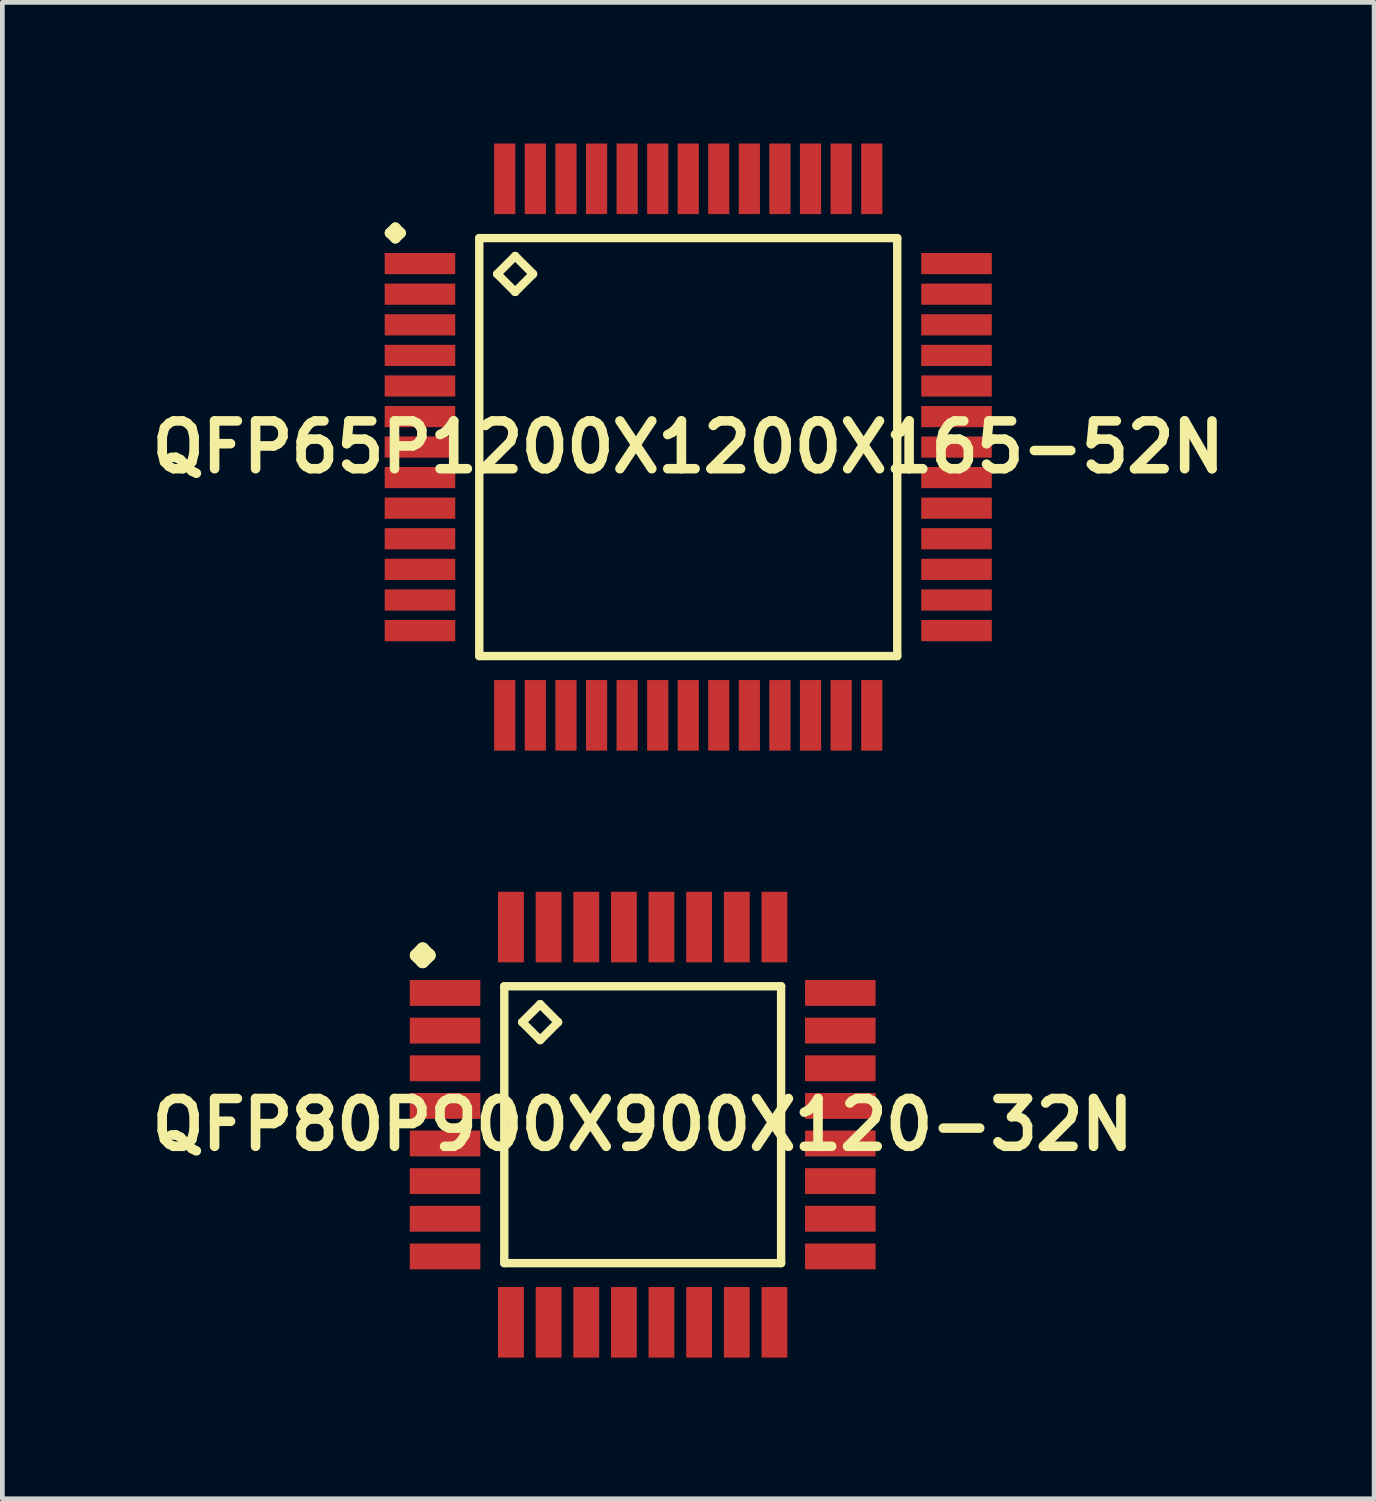
<source format=kicad_pcb>
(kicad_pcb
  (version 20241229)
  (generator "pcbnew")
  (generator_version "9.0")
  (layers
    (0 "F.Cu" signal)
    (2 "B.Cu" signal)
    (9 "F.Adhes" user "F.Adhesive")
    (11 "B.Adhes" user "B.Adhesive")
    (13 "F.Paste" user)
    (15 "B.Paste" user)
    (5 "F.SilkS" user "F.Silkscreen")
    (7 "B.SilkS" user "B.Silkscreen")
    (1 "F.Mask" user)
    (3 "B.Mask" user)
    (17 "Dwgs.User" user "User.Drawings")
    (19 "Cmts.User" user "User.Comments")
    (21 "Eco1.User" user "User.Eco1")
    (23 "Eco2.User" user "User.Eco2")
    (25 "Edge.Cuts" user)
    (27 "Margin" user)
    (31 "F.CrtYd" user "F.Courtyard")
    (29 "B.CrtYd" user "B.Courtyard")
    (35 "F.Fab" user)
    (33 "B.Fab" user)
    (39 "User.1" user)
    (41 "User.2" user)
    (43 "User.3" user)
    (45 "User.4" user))
  (footprint "QFP65P1200X1200X165-52N"
    (layer "F.Cu")
    (at 11.573 6.449)
    (property "Reference" "QFP65P1200X1200X165-52N" (at 0 0 0) (layer "F.SilkS") (effects (font (size 1.016 1.016) (thickness 0.203))))
    (attr smd)
    (fp_line (start -6.337 -4.549) (end -6.223 -4.661) (stroke (width 0.224) (type solid)) (layer "F.SilkS"))
    (fp_line (start -6.223 -4.661) (end -6.111 -4.549) (stroke (width 0.224) (type solid)) (layer "F.SilkS"))
    (fp_line (start -6.223 -4.437) (end -6.337 -4.549) (stroke (width 0.224) (type solid)) (layer "F.SilkS"))
    (fp_line (start -6.111 -4.549) (end -6.223 -4.437) (stroke (width 0.224) (type solid)) (layer "F.SilkS"))
    (fp_line (start -4.44 -4.44) (end -4.44 4.44) (stroke (width 0.178) (type solid)) (layer "F.SilkS"))
    (fp_line (start -4.44 4.44) (end 4.44 4.44) (stroke (width 0.178) (type solid)) (layer "F.SilkS"))
    (fp_line (start -4.059 -3.678) (end -3.678 -4.059) (stroke (width 0.178) (type solid)) (layer "F.SilkS"))
    (fp_line (start -3.678 -4.059) (end -3.297 -3.678) (stroke (width 0.178) (type solid)) (layer "F.SilkS"))
    (fp_line (start -3.678 -3.297) (end -4.059 -3.678) (stroke (width 0.178) (type solid)) (layer "F.SilkS"))
    (fp_line (start -3.297 -3.678) (end -3.678 -3.297) (stroke (width 0.178) (type solid)) (layer "F.SilkS"))
    (fp_line (start 4.44 -4.44) (end -4.44 -4.44) (stroke (width 0.178) (type solid)) (layer "F.SilkS"))
    (fp_line (start 4.44 4.44) (end 4.44 -4.44) (stroke (width 0.178) (type solid)) (layer "F.SilkS"))
    (pad "1" smd rect (at -5.7 -3.899) (size 1.499 0.45) (layers "F.Cu" "F.Mask" "F.Paste"))
    (pad "2" smd rect (at -5.7 -3.249) (size 1.499 0.45) (layers "F.Cu" "F.Mask" "F.Paste"))
    (pad "3" smd rect (at -5.7 -2.598) (size 1.499 0.45) (layers "F.Cu" "F.Mask" "F.Paste"))
    (pad "4" smd rect (at -5.7 -1.948) (size 1.499 0.45) (layers "F.Cu" "F.Mask" "F.Paste"))
    (pad "5" smd rect (at -5.7 -1.298) (size 1.499 0.45) (layers "F.Cu" "F.Mask" "F.Paste"))
    (pad "6" smd rect (at -5.7 -0.648) (size 1.499 0.45) (layers "F.Cu" "F.Mask" "F.Paste"))
    (pad "7" smd rect (at -5.7 0) (size 1.499 0.45) (layers "F.Cu" "F.Mask" "F.Paste"))
    (pad "8" smd rect (at -5.7 0.648) (size 1.499 0.45) (layers "F.Cu" "F.Mask" "F.Paste"))
    (pad "9" smd rect (at -5.7 1.298) (size 1.499 0.45) (layers "F.Cu" "F.Mask" "F.Paste"))
    (pad "10" smd rect (at -5.7 1.948) (size 1.499 0.45) (layers "F.Cu" "F.Mask" "F.Paste"))
    (pad "11" smd rect (at -5.7 2.598) (size 1.499 0.45) (layers "F.Cu" "F.Mask" "F.Paste"))
    (pad "12" smd rect (at -5.7 3.249) (size 1.499 0.45) (layers "F.Cu" "F.Mask" "F.Paste"))
    (pad "13" smd rect (at -5.7 3.899) (size 1.499 0.45) (layers "F.Cu" "F.Mask" "F.Paste"))
    (pad "14" smd rect (at -3.899 5.7) (size 0.45 1.499) (layers "F.Cu" "F.Mask" "F.Paste"))
    (pad "15" smd rect (at -3.249 5.7) (size 0.45 1.499) (layers "F.Cu" "F.Mask" "F.Paste"))
    (pad "16" smd rect (at -2.598 5.7) (size 0.45 1.499) (layers "F.Cu" "F.Mask" "F.Paste"))
    (pad "17" smd rect (at -1.948 5.7) (size 0.45 1.499) (layers "F.Cu" "F.Mask" "F.Paste"))
    (pad "18" smd rect (at -1.298 5.7) (size 0.45 1.499) (layers "F.Cu" "F.Mask" "F.Paste"))
    (pad "19" smd rect (at -0.648 5.7) (size 0.45 1.499) (layers "F.Cu" "F.Mask" "F.Paste"))
    (pad "20" smd rect (at 0 5.7) (size 0.45 1.499) (layers "F.Cu" "F.Mask" "F.Paste"))
    (pad "21" smd rect (at 0.648 5.7) (size 0.45 1.499) (layers "F.Cu" "F.Mask" "F.Paste"))
    (pad "22" smd rect (at 1.298 5.7) (size 0.45 1.499) (layers "F.Cu" "F.Mask" "F.Paste"))
    (pad "23" smd rect (at 1.948 5.7) (size 0.45 1.499) (layers "F.Cu" "F.Mask" "F.Paste"))
    (pad "24" smd rect (at 2.598 5.7) (size 0.45 1.499) (layers "F.Cu" "F.Mask" "F.Paste"))
    (pad "25" smd rect (at 3.249 5.7) (size 0.45 1.499) (layers "F.Cu" "F.Mask" "F.Paste"))
    (pad "26" smd rect (at 3.899 5.7) (size 0.45 1.499) (layers "F.Cu" "F.Mask" "F.Paste"))
    (pad "27" smd rect (at 5.7 3.899) (size 1.499 0.45) (layers "F.Cu" "F.Mask" "F.Paste"))
    (pad "28" smd rect (at 5.7 3.249) (size 1.499 0.45) (layers "F.Cu" "F.Mask" "F.Paste"))
    (pad "29" smd rect (at 5.7 2.598) (size 1.499 0.45) (layers "F.Cu" "F.Mask" "F.Paste"))
    (pad "30" smd rect (at 5.7 1.948) (size 1.499 0.45) (layers "F.Cu" "F.Mask" "F.Paste"))
    (pad "31" smd rect (at 5.7 1.298) (size 1.499 0.45) (layers "F.Cu" "F.Mask" "F.Paste"))
    (pad "32" smd rect (at 5.7 0.648) (size 1.499 0.45) (layers "F.Cu" "F.Mask" "F.Paste"))
    (pad "33" smd rect (at 5.7 0) (size 1.499 0.45) (layers "F.Cu" "F.Mask" "F.Paste"))
    (pad "34" smd rect (at 5.7 -0.648) (size 1.499 0.45) (layers "F.Cu" "F.Mask" "F.Paste"))
    (pad "35" smd rect (at 5.7 -1.298) (size 1.499 0.45) (layers "F.Cu" "F.Mask" "F.Paste"))
    (pad "36" smd rect (at 5.7 -1.948) (size 1.499 0.45) (layers "F.Cu" "F.Mask" "F.Paste"))
    (pad "37" smd rect (at 5.7 -2.598) (size 1.499 0.45) (layers "F.Cu" "F.Mask" "F.Paste"))
    (pad "38" smd rect (at 5.7 -3.249) (size 1.499 0.45) (layers "F.Cu" "F.Mask" "F.Paste"))
    (pad "39" smd rect (at 5.7 -3.899) (size 1.499 0.45) (layers "F.Cu" "F.Mask" "F.Paste"))
    (pad "40" smd rect (at 3.899 -5.7) (size 0.45 1.499) (layers "F.Cu" "F.Mask" "F.Paste"))
    (pad "41" smd rect (at 3.249 -5.7) (size 0.45 1.499) (layers "F.Cu" "F.Mask" "F.Paste"))
    (pad "42" smd rect (at 2.598 -5.7) (size 0.45 1.499) (layers "F.Cu" "F.Mask" "F.Paste"))
    (pad "43" smd rect (at 1.948 -5.7) (size 0.45 1.499) (layers "F.Cu" "F.Mask" "F.Paste"))
    (pad "44" smd rect (at 1.298 -5.7) (size 0.45 1.499) (layers "F.Cu" "F.Mask" "F.Paste"))
    (pad "45" smd rect (at 0.648 -5.7) (size 0.45 1.499) (layers "F.Cu" "F.Mask" "F.Paste"))
    (pad "46" smd rect (at 0 -5.7) (size 0.45 1.499) (layers "F.Cu" "F.Mask" "F.Paste"))
    (pad "47" smd rect (at -0.648 -5.7) (size 0.45 1.499) (layers "F.Cu" "F.Mask" "F.Paste"))
    (pad "48" smd rect (at -1.298 -5.7) (size 0.45 1.499) (layers "F.Cu" "F.Mask" "F.Paste"))
    (pad "49" smd rect (at -1.948 -5.7) (size 0.45 1.499) (layers "F.Cu" "F.Mask" "F.Paste"))
    (pad "50" smd rect (at -2.598 -5.7) (size 0.45 1.499) (layers "F.Cu" "F.Mask" "F.Paste"))
    (pad "51" smd rect (at -3.249 -5.7) (size 0.45 1.499) (layers "F.Cu" "F.Mask" "F.Paste"))
    (pad "52" smd rect (at -3.899 -5.7) (size 0.45 1.499) (layers "F.Cu" "F.Mask" "F.Paste")))
  (footprint "QFP80P900X900X120-32N"
    (layer "F.Cu")
    (at 10.605 20.846)
    (property "Reference" "QFP80P900X900X120-32N" (at 0 0 0) (layer "F.SilkS") (effects (font (size 1.016 1.016) (thickness 0.203))))
    (attr smd)
    (fp_line (start -4.811 -3.599) (end -4.674 -3.736) (stroke (width 0.274) (type solid)) (layer "F.SilkS"))
    (fp_line (start -4.674 -3.736) (end -4.536 -3.599) (stroke (width 0.274) (type solid)) (layer "F.SilkS"))
    (fp_line (start -4.674 -3.462) (end -4.811 -3.599) (stroke (width 0.274) (type solid)) (layer "F.SilkS"))
    (fp_line (start -4.536 -3.599) (end -4.674 -3.462) (stroke (width 0.274) (type solid)) (layer "F.SilkS"))
    (fp_line (start -2.941 -2.941) (end -2.941 2.941) (stroke (width 0.178) (type solid)) (layer "F.SilkS"))
    (fp_line (start -2.941 2.941) (end 2.941 2.941) (stroke (width 0.178) (type solid)) (layer "F.SilkS"))
    (fp_line (start -2.56 -2.179) (end -2.179 -2.56) (stroke (width 0.178) (type solid)) (layer "F.SilkS"))
    (fp_line (start -2.179 -2.56) (end -1.798 -2.179) (stroke (width 0.178) (type solid)) (layer "F.SilkS"))
    (fp_line (start -2.179 -1.798) (end -2.56 -2.179) (stroke (width 0.178) (type solid)) (layer "F.SilkS"))
    (fp_line (start -1.798 -2.179) (end -2.179 -1.798) (stroke (width 0.178) (type solid)) (layer "F.SilkS"))
    (fp_line (start 2.941 -2.941) (end -2.941 -2.941) (stroke (width 0.178) (type solid)) (layer "F.SilkS"))
    (fp_line (start 2.941 2.941) (end 2.941 -2.941) (stroke (width 0.178) (type solid)) (layer "F.SilkS"))
    (pad "1" smd rect (at -4.199 -2.799) (size 1.499 0.549) (layers "F.Cu" "F.Mask" "F.Paste"))
    (pad "2" smd rect (at -4.199 -1.999) (size 1.499 0.549) (layers "F.Cu" "F.Mask" "F.Paste"))
    (pad "3" smd rect (at -4.199 -1.199) (size 1.499 0.549) (layers "F.Cu" "F.Mask" "F.Paste"))
    (pad "4" smd rect (at -4.199 -0.399) (size 1.499 0.549) (layers "F.Cu" "F.Mask" "F.Paste"))
    (pad "5" smd rect (at -4.199 0.399) (size 1.499 0.549) (layers "F.Cu" "F.Mask" "F.Paste"))
    (pad "6" smd rect (at -4.199 1.199) (size 1.499 0.549) (layers "F.Cu" "F.Mask" "F.Paste"))
    (pad "7" smd rect (at -4.199 1.999) (size 1.499 0.549) (layers "F.Cu" "F.Mask" "F.Paste"))
    (pad "8" smd rect (at -4.199 2.799) (size 1.499 0.549) (layers "F.Cu" "F.Mask" "F.Paste"))
    (pad "9" smd rect (at -2.799 4.199) (size 0.549 1.499) (layers "F.Cu" "F.Mask" "F.Paste"))
    (pad "10" smd rect (at -1.999 4.199) (size 0.549 1.499) (layers "F.Cu" "F.Mask" "F.Paste"))
    (pad "11" smd rect (at -1.199 4.199) (size 0.549 1.499) (layers "F.Cu" "F.Mask" "F.Paste"))
    (pad "12" smd rect (at -0.399 4.199) (size 0.549 1.499) (layers "F.Cu" "F.Mask" "F.Paste"))
    (pad "13" smd rect (at 0.399 4.199) (size 0.549 1.499) (layers "F.Cu" "F.Mask" "F.Paste"))
    (pad "14" smd rect (at 1.199 4.199) (size 0.549 1.499) (layers "F.Cu" "F.Mask" "F.Paste"))
    (pad "15" smd rect (at 1.999 4.199) (size 0.549 1.499) (layers "F.Cu" "F.Mask" "F.Paste"))
    (pad "16" smd rect (at 2.799 4.199) (size 0.549 1.499) (layers "F.Cu" "F.Mask" "F.Paste"))
    (pad "17" smd rect (at 4.199 2.799) (size 1.499 0.549) (layers "F.Cu" "F.Mask" "F.Paste"))
    (pad "18" smd rect (at 4.199 1.999) (size 1.499 0.549) (layers "F.Cu" "F.Mask" "F.Paste"))
    (pad "19" smd rect (at 4.199 1.199) (size 1.499 0.549) (layers "F.Cu" "F.Mask" "F.Paste"))
    (pad "20" smd rect (at 4.199 0.399) (size 1.499 0.549) (layers "F.Cu" "F.Mask" "F.Paste"))
    (pad "21" smd rect (at 4.199 -0.399) (size 1.499 0.549) (layers "F.Cu" "F.Mask" "F.Paste"))
    (pad "22" smd rect (at 4.199 -1.199) (size 1.499 0.549) (layers "F.Cu" "F.Mask" "F.Paste"))
    (pad "23" smd rect (at 4.199 -1.999) (size 1.499 0.549) (layers "F.Cu" "F.Mask" "F.Paste"))
    (pad "24" smd rect (at 4.199 -2.799) (size 1.499 0.549) (layers "F.Cu" "F.Mask" "F.Paste"))
    (pad "25" smd rect (at 2.799 -4.199) (size 0.549 1.499) (layers "F.Cu" "F.Mask" "F.Paste"))
    (pad "26" smd rect (at 1.999 -4.199) (size 0.549 1.499) (layers "F.Cu" "F.Mask" "F.Paste"))
    (pad "27" smd rect (at 1.199 -4.199) (size 0.549 1.499) (layers "F.Cu" "F.Mask" "F.Paste"))
    (pad "28" smd rect (at 0.399 -4.199) (size 0.549 1.499) (layers "F.Cu" "F.Mask" "F.Paste"))
    (pad "29" smd rect (at -0.399 -4.199) (size 0.549 1.499) (layers "F.Cu" "F.Mask" "F.Paste"))
    (pad "30" smd rect (at -1.199 -4.199) (size 0.549 1.499) (layers "F.Cu" "F.Mask" "F.Paste"))
    (pad "31" smd rect (at -1.999 -4.199) (size 0.549 1.499) (layers "F.Cu" "F.Mask" "F.Paste"))
    (pad "32" smd rect (at -2.799 -4.199) (size 0.549 1.499) (layers "F.Cu" "F.Mask" "F.Paste")))
  (gr_rect
    (start -3 -3)
    (end 26.145 28.794)
    (stroke (width 0.1) (type default))
    (fill no)
    (layer "Edge.Cuts")))
</source>
